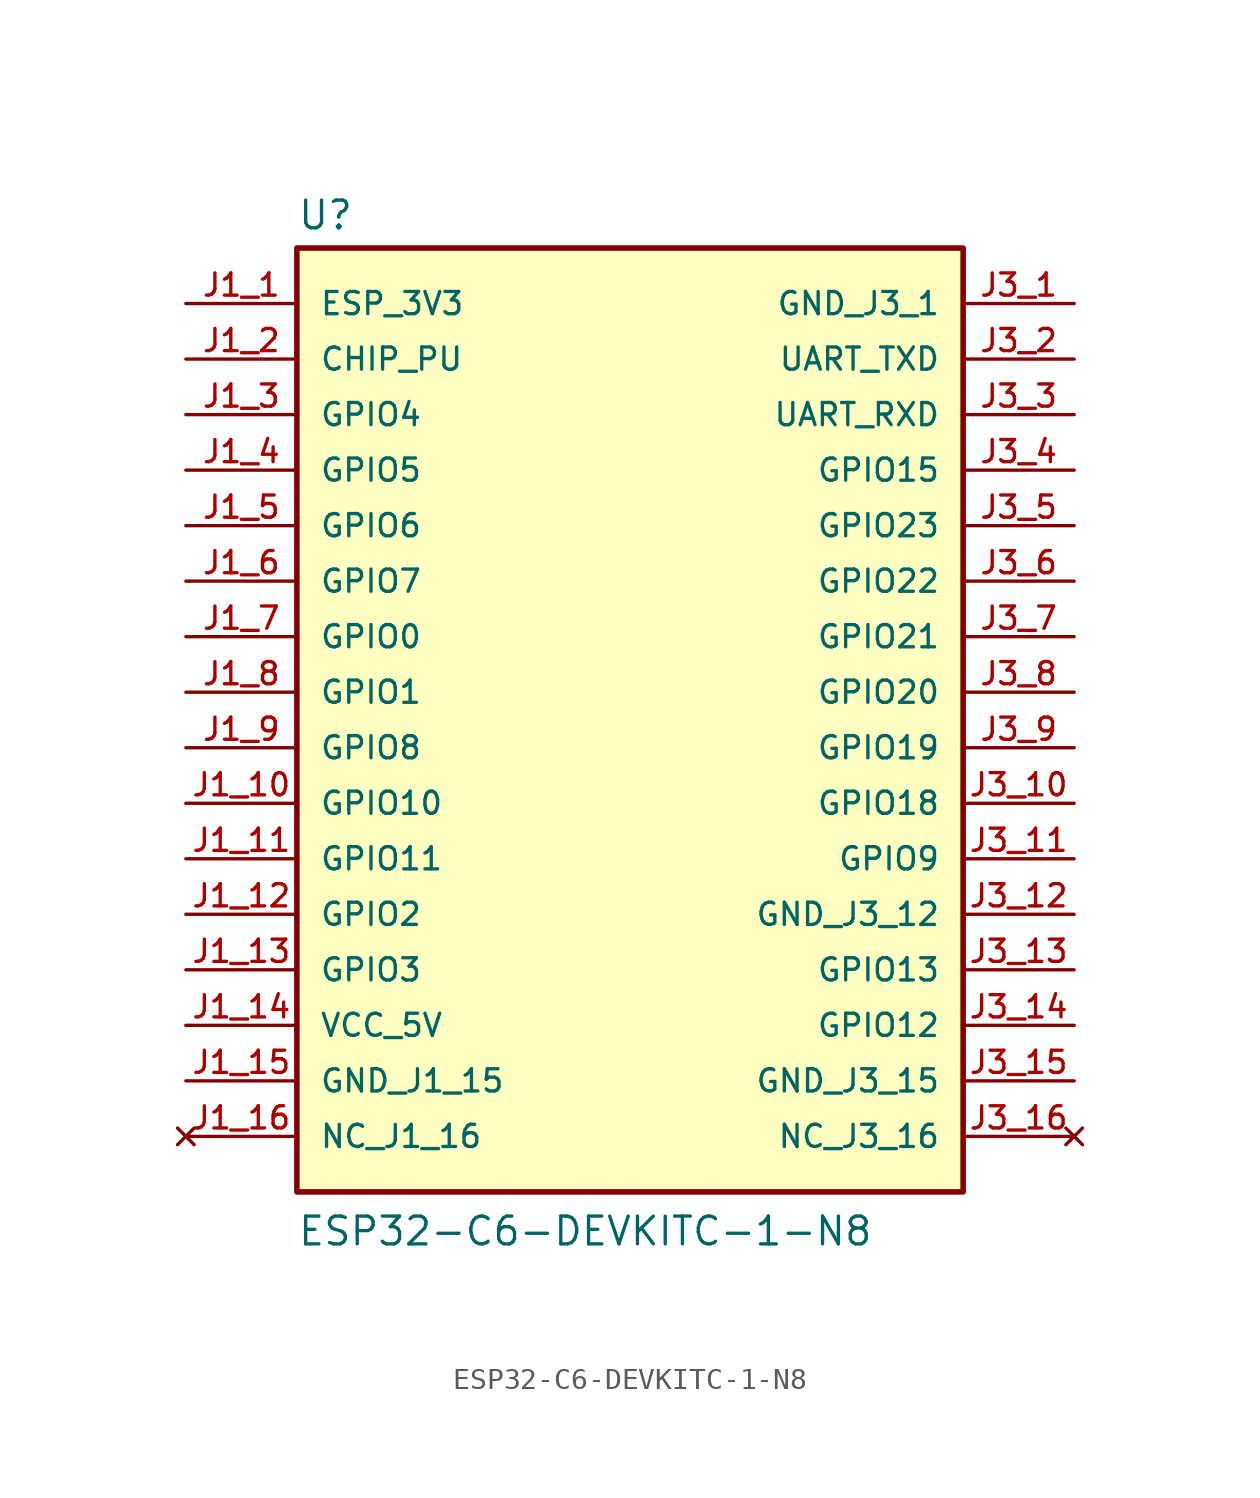
<source format=kicad_sym>
(kicad_symbol_lib
  (version 20211014)
  (generator kicad_symbol_editor)
  (symbol "ESP32-C6-DEVKITC-1-N8"
    (pin_names
      (offset 1.016))
    (property "Reference" "U"
      (at -15.24 23.622 0)
      (effects (font (size 1.27 1.27)) (justify bottom left)))
    (property "Value" "ESP32-C6-DEVKITC-1-N8"
      (at -15.24 -22.86 0)
      (effects (font (size 1.27 1.27)) (justify bottom left)))
    (symbol "ESP32-C6-DEVKITC-1-N8_0_0"
      (rectangle (start -15.24 -20.32) (end 15.24 22.86) (stroke (width 0.254)) (fill (type background)))
      (pin power_in line (at -20.32 20.32 0) (length 5.08) (name "ESP_3V3" (effects (font (size 1.016 1.016)))) (number "J1_1" (effects (font (size 1.016 1.016)))))
      (pin input line (at -20.32 17.78 0) (length 5.08) (name "CHIP_PU" (effects (font (size 1.016 1.016)))) (number "J1_2" (effects (font (size 1.016 1.016)))))
      (pin bidirectional line (at -20.32 15.24 0) (length 5.08) (name "GPIO4" (effects (font (size 1.016 1.016)))) (number "J1_3" (effects (font (size 1.016 1.016)))))
      (pin bidirectional line (at -20.32 12.7 0) (length 5.08) (name "GPIO5" (effects (font (size 1.016 1.016)))) (number "J1_4" (effects (font (size 1.016 1.016)))))
      (pin bidirectional line (at -20.32 10.16 0) (length 5.08) (name "GPIO6" (effects (font (size 1.016 1.016)))) (number "J1_5" (effects (font (size 1.016 1.016)))))
      (pin bidirectional line (at -20.32 7.62 0) (length 5.08) (name "GPIO7" (effects (font (size 1.016 1.016)))) (number "J1_6" (effects (font (size 1.016 1.016)))))
      (pin bidirectional line (at -20.32 5.08 0) (length 5.08) (name "GPIO0" (effects (font (size 1.016 1.016)))) (number "J1_7" (effects (font (size 1.016 1.016)))))
      (pin bidirectional line (at -20.32 2.54 0) (length 5.08) (name "GPIO1" (effects (font (size 1.016 1.016)))) (number "J1_8" (effects (font (size 1.016 1.016)))))
      (pin bidirectional line (at -20.32 0.0 0) (length 5.08) (name "GPIO8" (effects (font (size 1.016 1.016)))) (number "J1_9" (effects (font (size 1.016 1.016)))))
      (pin bidirectional line (at -20.32 -2.54 0) (length 5.08) (name "GPIO10" (effects (font (size 1.016 1.016)))) (number "J1_10" (effects (font (size 1.016 1.016)))))
      (pin bidirectional line (at -20.32 -5.08 0) (length 5.08) (name "GPIO11" (effects (font (size 1.016 1.016)))) (number "J1_11" (effects (font (size 1.016 1.016)))))
      (pin bidirectional line (at -20.32 -7.62 0) (length 5.08) (name "GPIO2" (effects (font (size 1.016 1.016)))) (number "J1_12" (effects (font (size 1.016 1.016)))))
      (pin bidirectional line (at -20.32 -10.16 0) (length 5.08) (name "GPIO3" (effects (font (size 1.016 1.016)))) (number "J1_13" (effects (font (size 1.016 1.016)))))
      (pin power_in line (at -20.32 -12.7 0) (length 5.08) (name "VCC_5V" (effects (font (size 1.016 1.016)))) (number "J1_14" (effects (font (size 1.016 1.016)))))
      (pin power_in line (at -20.32 -15.24 0) (length 5.08) (name "GND_J1_15" (effects (font (size 1.016 1.016)))) (number "J1_15" (effects (font (size 1.016 1.016)))))
      (pin no_connect line (at -20.32 -17.78 0) (length 5.08) (name "NC_J1_16" (effects (font (size 1.016 1.016)))) (number "J1_16" (effects (font (size 1.016 1.016)))))
      (pin bidirectional line (at 20.32 17.78 180.0) (length 5.08) (name "UART_TXD" (effects (font (size 1.016 1.016)))) (number "J3_2" (effects (font (size 1.016 1.016)))))
      (pin bidirectional line (at 20.32 15.24 180.0) (length 5.08) (name "UART_RXD" (effects (font (size 1.016 1.016)))) (number "J3_3" (effects (font (size 1.016 1.016)))))
      (pin bidirectional line (at 20.32 12.7 180.0) (length 5.08) (name "GPIO15" (effects (font (size 1.016 1.016)))) (number "J3_4" (effects (font (size 1.016 1.016)))))
      (pin bidirectional line (at 20.32 10.16 180.0) (length 5.08) (name "GPIO23" (effects (font (size 1.016 1.016)))) (number "J3_5" (effects (font (size 1.016 1.016)))))
      (pin bidirectional line (at 20.32 7.62 180.0) (length 5.08) (name "GPIO22" (effects (font (size 1.016 1.016)))) (number "J3_6" (effects (font (size 1.016 1.016)))))
      (pin bidirectional line (at 20.32 5.08 180.0) (length 5.08) (name "GPIO21" (effects (font (size 1.016 1.016)))) (number "J3_7" (effects (font (size 1.016 1.016)))))
      (pin bidirectional line (at 20.32 2.54 180.0) (length 5.08) (name "GPIO20" (effects (font (size 1.016 1.016)))) (number "J3_8" (effects (font (size 1.016 1.016)))))
      (pin bidirectional line (at 20.32 0.0 180.0) (length 5.08) (name "GPIO19" (effects (font (size 1.016 1.016)))) (number "J3_9" (effects (font (size 1.016 1.016)))))
      (pin bidirectional line (at 20.32 -2.54 180.0) (length 5.08) (name "GPIO18" (effects (font (size 1.016 1.016)))) (number "J3_10" (effects (font (size 1.016 1.016)))))
      (pin bidirectional line (at 20.32 -5.08 180.0) (length 5.08) (name "GPIO9" (effects (font (size 1.016 1.016)))) (number "J3_11" (effects (font (size 1.016 1.016)))))
      (pin bidirectional line (at 20.32 -10.16 180.0) (length 5.08) (name "GPIO13" (effects (font (size 1.016 1.016)))) (number "J3_13" (effects (font (size 1.016 1.016)))))
      (pin bidirectional line (at 20.32 -12.7 180.0) (length 5.08) (name "GPIO12" (effects (font (size 1.016 1.016)))) (number "J3_14" (effects (font (size 1.016 1.016)))))
      (pin power_in line (at 20.32 20.32 180.0) (length 5.08) (name "GND_J3_1" (effects (font (size 1.016 1.016)))) (number "J3_1" (effects (font (size 1.016 1.016)))))
      (pin power_in line (at 20.32 -7.62 180.0) (length 5.08) (name "GND_J3_12" (effects (font (size 1.016 1.016)))) (number "J3_12" (effects (font (size 1.016 1.016)))))
      (pin power_in line (at 20.32 -15.24 180.0) (length 5.08) (name "GND_J3_15" (effects (font (size 1.016 1.016)))) (number "J3_15" (effects (font (size 1.016 1.016)))))
      (pin no_connect line (at 20.32 -17.78 180.0) (length 5.08) (name "NC_J3_16" (effects (font (size 1.016 1.016)))) (number "J3_16" (effects (font (size 1.016 1.016))))))))
</source>
